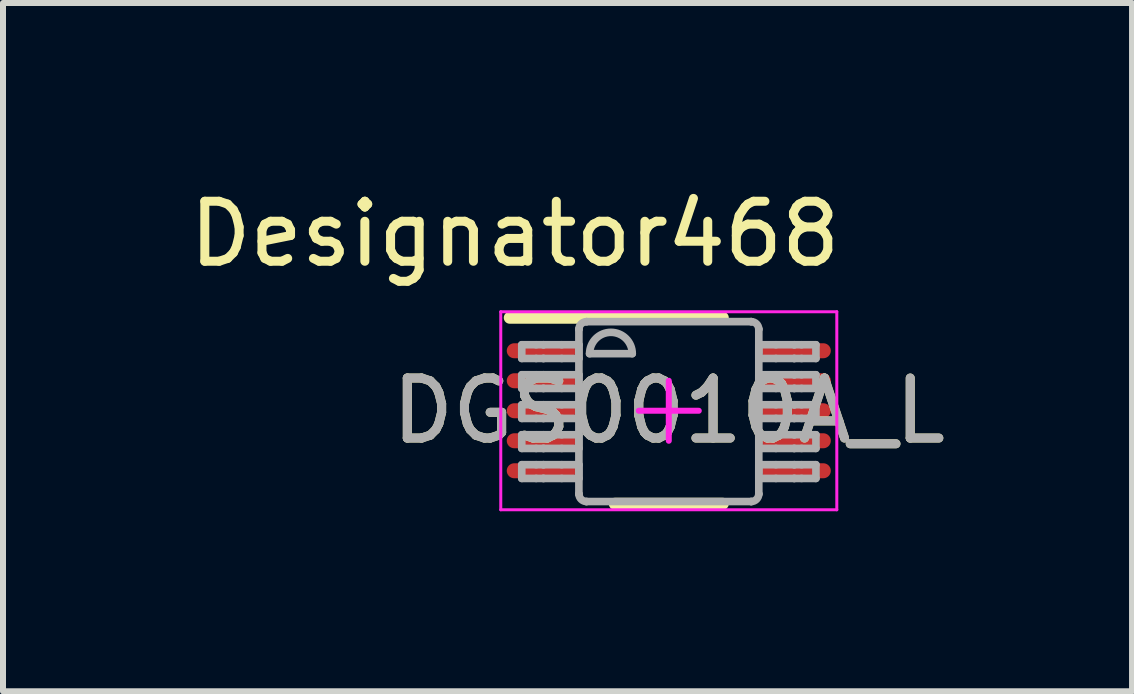
<source format=kicad_pcb>
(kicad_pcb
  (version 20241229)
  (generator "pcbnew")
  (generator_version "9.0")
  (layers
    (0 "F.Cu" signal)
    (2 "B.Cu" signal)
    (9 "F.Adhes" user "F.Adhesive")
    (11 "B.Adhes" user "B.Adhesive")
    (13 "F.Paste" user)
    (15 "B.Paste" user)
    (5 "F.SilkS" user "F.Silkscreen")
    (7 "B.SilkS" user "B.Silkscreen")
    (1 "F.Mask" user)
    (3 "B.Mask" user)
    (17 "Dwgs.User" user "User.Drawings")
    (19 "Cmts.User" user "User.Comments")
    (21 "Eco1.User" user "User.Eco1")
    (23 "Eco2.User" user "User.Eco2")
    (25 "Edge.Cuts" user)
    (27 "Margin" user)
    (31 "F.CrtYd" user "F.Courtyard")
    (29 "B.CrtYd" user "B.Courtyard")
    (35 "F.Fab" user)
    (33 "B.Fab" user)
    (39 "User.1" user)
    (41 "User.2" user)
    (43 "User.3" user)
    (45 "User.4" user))
  (footprint "DGS0010A_L"
    (layer "F.Cu")
    (at 8.095 3.795)
    (property "Reference" "DGS0010A_L" (at 0 0 0) (unlocked yes) (layer "F.SilkS") (effects (font (size 1 1) (thickness 0.15))))
    (attr smd)
    (fp_line (start -2.65 -1.55) (end 0.9 -1.55) (stroke (width 0.2) (type solid)) (layer "F.SilkS"))
    (fp_line (start -0.9 1.55) (end 0.9 1.55) (stroke (width 0.2) (type solid)) (layer "F.SilkS"))
    (fp_line (start -2.8 -1.65) (end 2.8 -1.65) (stroke (width 0.05) (type solid)) (layer "F.CrtYd"))
    (fp_line (start -2.8 1.65) (end -2.8 -1.65) (stroke (width 0.05) (type solid)) (layer "F.CrtYd"))
    (fp_line (start -2.8 1.65) (end 2.8 1.65) (stroke (width 0.05) (type solid)) (layer "F.CrtYd"))
    (fp_line (start -0.5 0.000003) (end 0.5 0.000003) (stroke (width 0.1) (type solid)) (layer "F.CrtYd"))
    (fp_line (start 0 0.5) (end 0 -0.5) (stroke (width 0.1) (type solid)) (layer "F.CrtYd"))
    (fp_line (start 2.8 1.65) (end 2.8 -1.65) (stroke (width 0.05) (type solid)) (layer "F.CrtYd"))
    (fp_line (start -2.45 -1.1) (end -2.21 -1.1) (stroke (width 0.127) (type solid)) (layer "F.Fab"))
    (fp_line (start -2.45 -0.871) (end -2.45 -1.1) (stroke (width 0.127) (type solid)) (layer "F.Fab"))
    (fp_line (start -2.45 -0.871) (end -2.21 -0.871) (stroke (width 0.127) (type solid)) (layer "F.Fab"))
    (fp_line (start -2.45 -0.6) (end -2.21 -0.6) (stroke (width 0.127) (type solid)) (layer "F.Fab"))
    (fp_line (start -2.45 -0.372) (end -2.45 -0.6) (stroke (width 0.127) (type solid)) (layer "F.Fab"))
    (fp_line (start -2.45 -0.372) (end -2.21 -0.372) (stroke (width 0.127) (type solid)) (layer "F.Fab"))
    (fp_line (start -2.45 -0.1) (end -2.21 -0.1) (stroke (width 0.127) (type solid)) (layer "F.Fab"))
    (fp_line (start -2.45 0.128) (end -2.45 -0.1) (stroke (width 0.127) (type solid)) (layer "F.Fab"))
    (fp_line (start -2.45 0.128) (end -2.21 0.128) (stroke (width 0.127) (type solid)) (layer "F.Fab"))
    (fp_line (start -2.45 0.4) (end -2.21 0.4) (stroke (width 0.127) (type solid)) (layer "F.Fab"))
    (fp_line (start -2.45 0.628) (end -2.45 0.4) (stroke (width 0.127) (type solid)) (layer "F.Fab"))
    (fp_line (start -2.45 0.628) (end -2.21 0.628) (stroke (width 0.127) (type solid)) (layer "F.Fab"))
    (fp_line (start -2.45 0.899) (end -2.21 0.899) (stroke (width 0.127) (type solid)) (layer "F.Fab"))
    (fp_line (start -2.45 1.128) (end -2.45 0.899) (stroke (width 0.127) (type solid)) (layer "F.Fab"))
    (fp_line (start -2.45 1.128) (end -2.21 1.128) (stroke (width 0.127) (type solid)) (layer "F.Fab"))
    (fp_line (start -2.21 -1.1) (end -2.09 -1.1) (stroke (width 0.127) (type solid)) (layer "F.Fab"))
    (fp_line (start -2.21 -0.871) (end -2.09 -0.871) (stroke (width 0.127) (type solid)) (layer "F.Fab"))
    (fp_line (start -2.21 -0.6) (end -2.09 -0.6) (stroke (width 0.127) (type solid)) (layer "F.Fab"))
    (fp_line (start -2.21 -0.372) (end -2.09 -0.372) (stroke (width 0.127) (type solid)) (layer "F.Fab"))
    (fp_line (start -2.21 -0.1) (end -2.09 -0.1) (stroke (width 0.127) (type solid)) (layer "F.Fab"))
    (fp_line (start -2.21 0.128) (end -2.09 0.128) (stroke (width 0.127) (type solid)) (layer "F.Fab"))
    (fp_line (start -2.21 0.4) (end -2.09 0.4) (stroke (width 0.127) (type solid)) (layer "F.Fab"))
    (fp_line (start -2.21 0.628) (end -2.09 0.628) (stroke (width 0.127) (type solid)) (layer "F.Fab"))
    (fp_line (start -2.21 0.899) (end -2.09 0.899) (stroke (width 0.127) (type solid)) (layer "F.Fab"))
    (fp_line (start -2.21 1.128) (end -2.09 1.128) (stroke (width 0.127) (type solid)) (layer "F.Fab"))
    (fp_line (start -2.09 -1.1) (end -2.087 -1.1) (stroke (width 0.127) (type solid)) (layer "F.Fab"))
    (fp_line (start -2.09 -0.871) (end -2.087 -0.871) (stroke (width 0.127) (type solid)) (layer "F.Fab"))
    (fp_line (start -2.09 -0.6) (end -2.087 -0.6) (stroke (width 0.127) (type solid)) (layer "F.Fab"))
    (fp_line (start -2.09 -0.372) (end -2.087 -0.372) (stroke (width 0.127) (type solid)) (layer "F.Fab"))
    (fp_line (start -2.09 -0.1) (end -2.087 -0.1) (stroke (width 0.127) (type solid)) (layer "F.Fab"))
    (fp_line (start -2.09 0.128) (end -2.087 0.128) (stroke (width 0.127) (type solid)) (layer "F.Fab"))
    (fp_line (start -2.09 0.4) (end -2.087 0.4) (stroke (width 0.127) (type solid)) (layer "F.Fab"))
    (fp_line (start -2.09 0.628) (end -2.087 0.628) (stroke (width 0.127) (type solid)) (layer "F.Fab"))
    (fp_line (start -2.09 0.899) (end -2.087 0.899) (stroke (width 0.127) (type solid)) (layer "F.Fab"))
    (fp_line (start -2.09 1.128) (end -2.087 1.128) (stroke (width 0.127) (type solid)) (layer "F.Fab"))
    (fp_line (start -2.087 -1.1) (end -1.784 -1.1) (stroke (width 0.127) (type solid)) (layer "F.Fab"))
    (fp_line (start -2.087 -0.871) (end -1.784 -0.871) (stroke (width 0.127) (type solid)) (layer "F.Fab"))
    (fp_line (start -2.087 -0.6) (end -1.784 -0.6) (stroke (width 0.127) (type solid)) (layer "F.Fab"))
    (fp_line (start -2.087 -0.372) (end -1.784 -0.372) (stroke (width 0.127) (type solid)) (layer "F.Fab"))
    (fp_line (start -2.087 -0.1) (end -1.784 -0.1) (stroke (width 0.127) (type solid)) (layer "F.Fab"))
    (fp_line (start -2.087 0.128) (end -1.784 0.128) (stroke (width 0.127) (type solid)) (layer "F.Fab"))
    (fp_line (start -2.087 0.4) (end -1.784 0.4) (stroke (width 0.127) (type solid)) (layer "F.Fab"))
    (fp_line (start -2.087 0.628) (end -1.784 0.628) (stroke (width 0.127) (type solid)) (layer "F.Fab"))
    (fp_line (start -2.087 0.899) (end -1.784 0.899) (stroke (width 0.127) (type solid)) (layer "F.Fab"))
    (fp_line (start -2.087 1.128) (end -1.784 1.128) (stroke (width 0.127) (type solid)) (layer "F.Fab"))
    (fp_line (start -1.784 -1.1) (end -1.498 -1.1) (stroke (width 0.127) (type solid)) (layer "F.Fab"))
    (fp_line (start -1.784 -0.871) (end -1.498 -0.871) (stroke (width 0.127) (type solid)) (layer "F.Fab"))
    (fp_line (start -1.784 -0.6) (end -1.498 -0.6) (stroke (width 0.127) (type solid)) (layer "F.Fab"))
    (fp_line (start -1.784 -0.372) (end -1.498 -0.372) (stroke (width 0.127) (type solid)) (layer "F.Fab"))
    (fp_line (start -1.784 -0.1) (end -1.498 -0.1) (stroke (width 0.127) (type solid)) (layer "F.Fab"))
    (fp_line (start -1.784 0.128) (end -1.498 0.128) (stroke (width 0.127) (type solid)) (layer "F.Fab"))
    (fp_line (start -1.784 0.4) (end -1.498 0.4) (stroke (width 0.127) (type solid)) (layer "F.Fab"))
    (fp_line (start -1.784 0.628) (end -1.498 0.628) (stroke (width 0.127) (type solid)) (layer "F.Fab"))
    (fp_line (start -1.784 0.899) (end -1.498 0.899) (stroke (width 0.127) (type solid)) (layer "F.Fab"))
    (fp_line (start -1.784 1.128) (end -1.498 1.128) (stroke (width 0.127) (type solid)) (layer "F.Fab"))
    (fp_line (start -1.498 -1.358) (end -1.497 -1.36) (stroke (width 0.127) (type solid)) (layer "F.Fab"))
    (fp_line (start -1.498 -0.871) (end -1.498 -1.1) (stroke (width 0.127) (type solid)) (layer "F.Fab"))
    (fp_line (start -1.498 -0.372) (end -1.498 -0.6) (stroke (width 0.127) (type solid)) (layer "F.Fab"))
    (fp_line (start -1.498 0.128) (end -1.498 -0.1) (stroke (width 0.127) (type solid)) (layer "F.Fab"))
    (fp_line (start -1.498 0.628) (end -1.498 0.4) (stroke (width 0.127) (type solid)) (layer "F.Fab"))
    (fp_line (start -1.498 1.128) (end -1.498 0.899) (stroke (width 0.127) (type solid)) (layer "F.Fab"))
    (fp_line (start -1.498 1.386) (end -1.498 -1.358) (stroke (width 0.127) (type solid)) (layer "F.Fab"))
    (fp_line (start -1.498 1.386) (end -1.497 1.388) (stroke (width 0.127) (type solid)) (layer "F.Fab"))
    (fp_line (start -1.373 -1.485) (end -1.371 -1.485) (stroke (width 0.127) (type solid)) (layer "F.Fab"))
    (fp_line (start -1.373 1.513) (end -1.371 1.513) (stroke (width 0.127) (type solid)) (layer "F.Fab"))
    (fp_line (start -1.371 -1.485) (end 1.373 -1.485) (stroke (width 0.127) (type solid)) (layer "F.Fab"))
    (fp_line (start -1.371 1.513) (end 1.373 1.513) (stroke (width 0.127) (type solid)) (layer "F.Fab"))
    (fp_line (start -1.32 -0.951) (end -0.609 -0.951) (stroke (width 0.127) (type solid)) (layer "F.Fab"))
    (fp_line (start 1.373 -1.485) (end 1.375 -1.485) (stroke (width 0.127) (type solid)) (layer "F.Fab"))
    (fp_line (start 1.373 1.513) (end 1.375 1.513) (stroke (width 0.127) (type solid)) (layer "F.Fab"))
    (fp_line (start 1.5 -1.36) (end 1.5 -1.358) (stroke (width 0.127) (type solid)) (layer "F.Fab"))
    (fp_line (start 1.5 1.388) (end 1.5 1.386) (stroke (width 0.127) (type solid)) (layer "F.Fab"))
    (fp_line (start 1.5 -1.1) (end 1.786 -1.1) (stroke (width 0.127) (type solid)) (layer "F.Fab"))
    (fp_line (start 1.5 -0.871) (end 1.5 -1.1) (stroke (width 0.127) (type solid)) (layer "F.Fab"))
    (fp_line (start 1.5 -0.871) (end 1.786 -0.871) (stroke (width 0.127) (type solid)) (layer "F.Fab"))
    (fp_line (start 1.5 -0.6) (end 1.786 -0.6) (stroke (width 0.127) (type solid)) (layer "F.Fab"))
    (fp_line (start 1.5 -0.372) (end 1.5 -0.6) (stroke (width 0.127) (type solid)) (layer "F.Fab"))
    (fp_line (start 1.5 -0.372) (end 1.786 -0.372) (stroke (width 0.127) (type solid)) (layer "F.Fab"))
    (fp_line (start 1.5 -0.1) (end 1.786 -0.1) (stroke (width 0.127) (type solid)) (layer "F.Fab"))
    (fp_line (start 1.5 0.128) (end 1.5 -0.1) (stroke (width 0.127) (type solid)) (layer "F.Fab"))
    (fp_line (start 1.5 0.128) (end 1.786 0.128) (stroke (width 0.127) (type solid)) (layer "F.Fab"))
    (fp_line (start 1.5 0.4) (end 1.786 0.4) (stroke (width 0.127) (type solid)) (layer "F.Fab"))
    (fp_line (start 1.5 0.628) (end 1.5 0.4) (stroke (width 0.127) (type solid)) (layer "F.Fab"))
    (fp_line (start 1.5 0.628) (end 1.786 0.628) (stroke (width 0.127) (type solid)) (layer "F.Fab"))
    (fp_line (start 1.5 0.899) (end 1.786 0.899) (stroke (width 0.127) (type solid)) (layer "F.Fab"))
    (fp_line (start 1.5 1.128) (end 1.5 0.899) (stroke (width 0.127) (type solid)) (layer "F.Fab"))
    (fp_line (start 1.5 1.128) (end 1.786 1.128) (stroke (width 0.127) (type solid)) (layer "F.Fab"))
    (fp_line (start 1.5 1.386) (end 1.5 -1.358) (stroke (width 0.127) (type solid)) (layer "F.Fab"))
    (fp_line (start 1.786 -1.1) (end 2.089 -1.1) (stroke (width 0.127) (type solid)) (layer "F.Fab"))
    (fp_line (start 1.786 -0.871) (end 2.089 -0.871) (stroke (width 0.127) (type solid)) (layer "F.Fab"))
    (fp_line (start 1.786 -0.6) (end 2.089 -0.6) (stroke (width 0.127) (type solid)) (layer "F.Fab"))
    (fp_line (start 1.786 -0.372) (end 2.089 -0.372) (stroke (width 0.127) (type solid)) (layer "F.Fab"))
    (fp_line (start 1.786 -0.1) (end 2.089 -0.1) (stroke (width 0.127) (type solid)) (layer "F.Fab"))
    (fp_line (start 1.786 0.128) (end 2.089 0.128) (stroke (width 0.127) (type solid)) (layer "F.Fab"))
    (fp_line (start 1.786 0.4) (end 2.089 0.4) (stroke (width 0.127) (type solid)) (layer "F.Fab"))
    (fp_line (start 1.786 0.628) (end 2.089 0.628) (stroke (width 0.127) (type solid)) (layer "F.Fab"))
    (fp_line (start 1.786 0.899) (end 2.089 0.899) (stroke (width 0.127) (type solid)) (layer "F.Fab"))
    (fp_line (start 1.786 1.128) (end 2.089 1.128) (stroke (width 0.127) (type solid)) (layer "F.Fab"))
    (fp_line (start 2.089 -1.1) (end 2.093 -1.1) (stroke (width 0.127) (type solid)) (layer "F.Fab"))
    (fp_line (start 2.089 -0.871) (end 2.093 -0.871) (stroke (width 0.127) (type solid)) (layer "F.Fab"))
    (fp_line (start 2.089 -0.6) (end 2.093 -0.6) (stroke (width 0.127) (type solid)) (layer "F.Fab"))
    (fp_line (start 2.089 -0.372) (end 2.093 -0.372) (stroke (width 0.127) (type solid)) (layer "F.Fab"))
    (fp_line (start 2.089 -0.1) (end 2.093 -0.1) (stroke (width 0.127) (type solid)) (layer "F.Fab"))
    (fp_line (start 2.089 0.128) (end 2.093 0.128) (stroke (width 0.127) (type solid)) (layer "F.Fab"))
    (fp_line (start 2.089 0.4) (end 2.093 0.4) (stroke (width 0.127) (type solid)) (layer "F.Fab"))
    (fp_line (start 2.089 0.628) (end 2.093 0.628) (stroke (width 0.127) (type solid)) (layer "F.Fab"))
    (fp_line (start 2.089 0.899) (end 2.093 0.899) (stroke (width 0.127) (type solid)) (layer "F.Fab"))
    (fp_line (start 2.089 1.128) (end 2.093 1.128) (stroke (width 0.127) (type solid)) (layer "F.Fab"))
    (fp_line (start 2.093 -1.1) (end 2.213 -1.1) (stroke (width 0.127) (type solid)) (layer "F.Fab"))
    (fp_line (start 2.093 -0.871) (end 2.213 -0.871) (stroke (width 0.127) (type solid)) (layer "F.Fab"))
    (fp_line (start 2.093 -0.6) (end 2.213 -0.6) (stroke (width 0.127) (type solid)) (layer "F.Fab"))
    (fp_line (start 2.093 -0.372) (end 2.213 -0.372) (stroke (width 0.127) (type solid)) (layer "F.Fab"))
    (fp_line (start 2.093 -0.1) (end 2.213 -0.1) (stroke (width 0.127) (type solid)) (layer "F.Fab"))
    (fp_line (start 2.093 0.128) (end 2.213 0.128) (stroke (width 0.127) (type solid)) (layer "F.Fab"))
    (fp_line (start 2.093 0.4) (end 2.213 0.4) (stroke (width 0.127) (type solid)) (layer "F.Fab"))
    (fp_line (start 2.093 0.628) (end 2.213 0.628) (stroke (width 0.127) (type solid)) (layer "F.Fab"))
    (fp_line (start 2.093 0.899) (end 2.213 0.899) (stroke (width 0.127) (type solid)) (layer "F.Fab"))
    (fp_line (start 2.093 1.128) (end 2.213 1.128) (stroke (width 0.127) (type solid)) (layer "F.Fab"))
    (fp_line (start 2.213 -1.1) (end 2.452 -1.1) (stroke (width 0.127) (type solid)) (layer "F.Fab"))
    (fp_line (start 2.213 -0.871) (end 2.452 -0.871) (stroke (width 0.127) (type solid)) (layer "F.Fab"))
    (fp_line (start 2.213 -0.6) (end 2.452 -0.6) (stroke (width 0.127) (type solid)) (layer "F.Fab"))
    (fp_line (start 2.213 -0.372) (end 2.452 -0.372) (stroke (width 0.127) (type solid)) (layer "F.Fab"))
    (fp_line (start 2.213 -0.1) (end 2.452 -0.1) (stroke (width 0.127) (type solid)) (layer "F.Fab"))
    (fp_line (start 2.213 0.128) (end 2.452 0.128) (stroke (width 0.127) (type solid)) (layer "F.Fab"))
    (fp_line (start 2.213 0.4) (end 2.452 0.4) (stroke (width 0.127) (type solid)) (layer "F.Fab"))
    (fp_line (start 2.213 0.628) (end 2.452 0.628) (stroke (width 0.127) (type solid)) (layer "F.Fab"))
    (fp_line (start 2.213 0.899) (end 2.452 0.899) (stroke (width 0.127) (type solid)) (layer "F.Fab"))
    (fp_line (start 2.213 1.128) (end 2.452 1.128) (stroke (width 0.127) (type solid)) (layer "F.Fab"))
    (fp_line (start 2.452 -0.871) (end 2.452 -1.1) (stroke (width 0.127) (type solid)) (layer "F.Fab"))
    (fp_line (start 2.452 -0.372) (end 2.452 -0.6) (stroke (width 0.127) (type solid)) (layer "F.Fab"))
    (fp_line (start 2.452 0.128) (end 2.452 -0.1) (stroke (width 0.127) (type solid)) (layer "F.Fab"))
    (fp_line (start 2.452 0.628) (end 2.452 0.4) (stroke (width 0.127) (type solid)) (layer "F.Fab"))
    (fp_line (start 2.452 1.128) (end 2.452 0.899) (stroke (width 0.127) (type solid)) (layer "F.Fab"))
    (fp_arc (start -1.49745 -1.360299) (mid -1.460293 -1.447356) (end -1.373243 -1.484531) (stroke (width 0.127) (type solid)) (layer "F.Fab"))
    (fp_arc (start -1.373243 1.512619) (mid -1.460293 1.475444) (end -1.49745 1.388386) (stroke (width 0.127) (type solid)) (layer "F.Fab"))
    (fp_arc (start -1.3197 -0.951156) (mid -0.9641 -1.306756) (end -0.6085 -0.951156) (stroke (width 0.127) (type solid)) (layer "F.Fab"))
    (fp_arc (start 1.375443 -1.484532) (mid 1.462505 -1.447362) (end 1.499675 -1.360299) (stroke (width 0.127) (type solid)) (layer "F.Fab"))
    (fp_arc (start 1.499675 1.388387) (mid 1.462505 1.475449) (end 1.375443 1.512619) (stroke (width 0.127) (type solid)) (layer "F.Fab"))
    (fp_text user "Designator468" (at -2.565 -2.946 0) (unlocked yes) (layer "F.SilkS") (effects (font (size 1 1) (thickness 0.15))))
    (fp_text user "${REFERENCE}" (at 0 0 0) (unlocked yes) (layer "F.Fab") (effects (font (size 1 1) (thickness 0.15))))
    (pad "1" smd oval (at -2.125 -1 90) (size 0.25 1.15) (layers "F.Cu" "F.Mask" "F.Paste"))
    (pad "2" smd oval (at -2.125 -0.5 90) (size 0.25 1.15) (layers "F.Cu" "F.Mask" "F.Paste"))
    (pad "3" smd oval (at -2.125 0 90) (size 0.25 1.15) (layers "F.Cu" "F.Mask" "F.Paste"))
    (pad "4" smd oval (at -2.125 0.5 90) (size 0.25 1.15) (layers "F.Cu" "F.Mask" "F.Paste"))
    (pad "5" smd oval (at -2.125 1 90) (size 0.25 1.15) (layers "F.Cu" "F.Mask" "F.Paste"))
    (pad "6" smd oval (at 2.125 1 90) (size 0.25 1.15) (layers "F.Cu" "F.Mask" "F.Paste"))
    (pad "7" smd oval (at 2.125 0.5 90) (size 0.25 1.15) (layers "F.Cu" "F.Mask" "F.Paste"))
    (pad "8" smd oval (at 2.125 0 90) (size 0.25 1.15) (layers "F.Cu" "F.Mask" "F.Paste"))
    (pad "9" smd oval (at 2.125 -0.5 90) (size 0.25 1.15) (layers "F.Cu" "F.Mask" "F.Paste"))
    (pad "10" smd oval (at 2.125 -1 90) (size 0.25 1.15) (layers "F.Cu" "F.Mask" "F.Paste")))
  (gr_rect
    (start -3 -3)
    (end 15.815 8.47)
    (stroke (width 0.1) (type default))
    (fill no)
    (layer "Edge.Cuts")))
</source>
